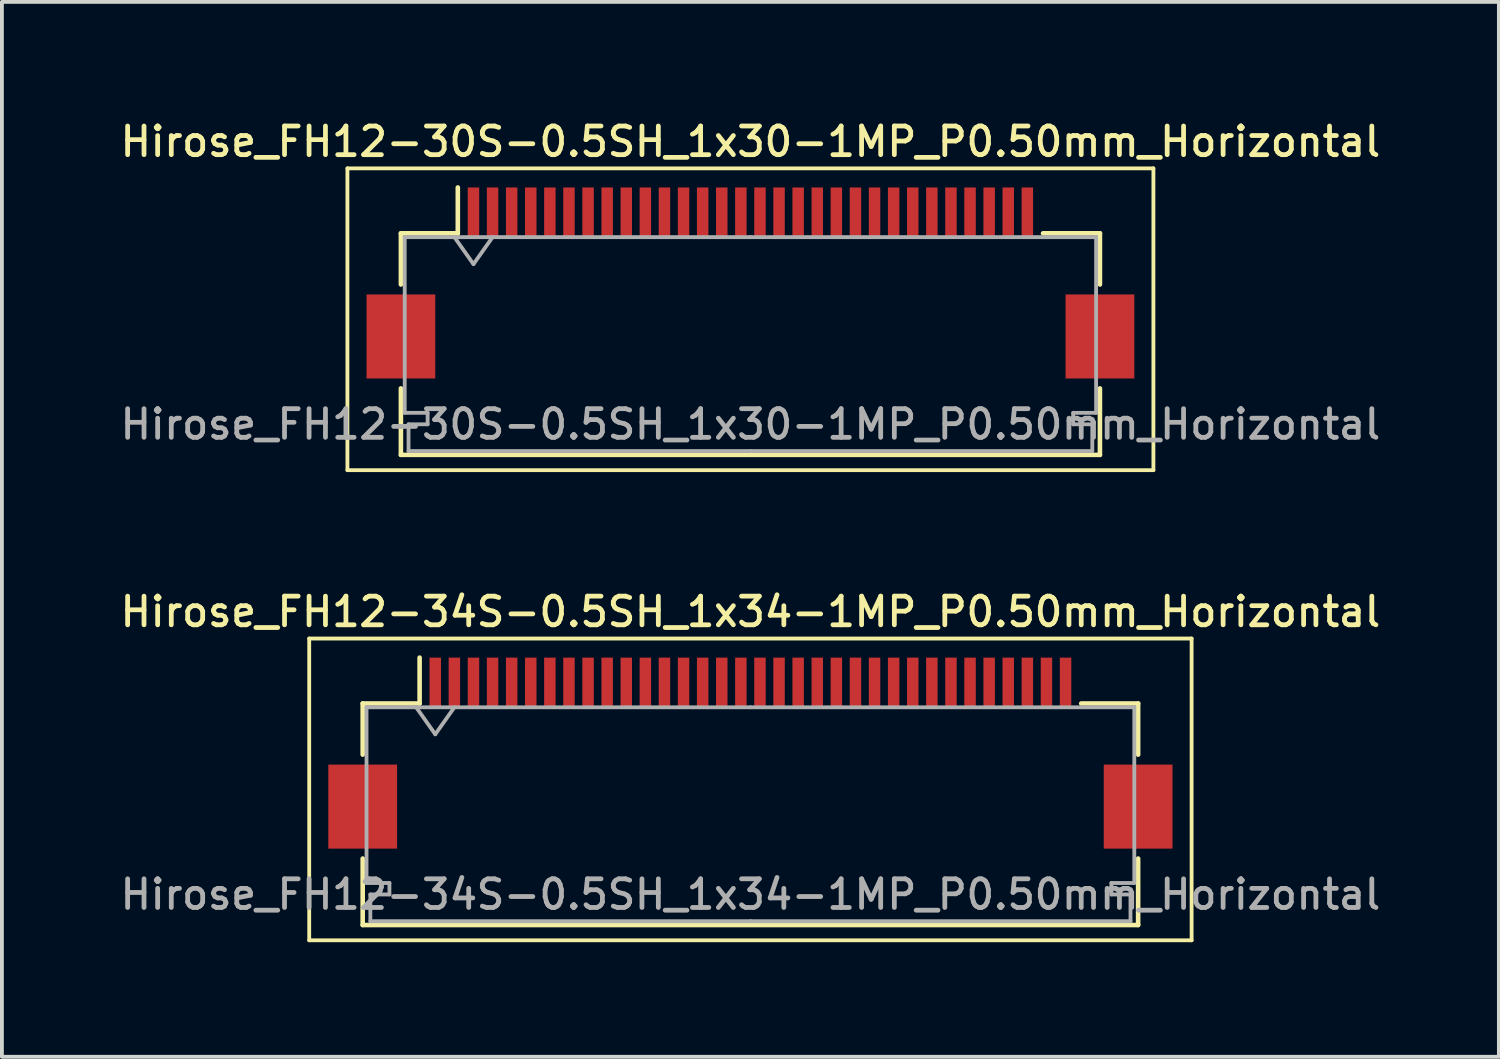
<source format=kicad_pcb>
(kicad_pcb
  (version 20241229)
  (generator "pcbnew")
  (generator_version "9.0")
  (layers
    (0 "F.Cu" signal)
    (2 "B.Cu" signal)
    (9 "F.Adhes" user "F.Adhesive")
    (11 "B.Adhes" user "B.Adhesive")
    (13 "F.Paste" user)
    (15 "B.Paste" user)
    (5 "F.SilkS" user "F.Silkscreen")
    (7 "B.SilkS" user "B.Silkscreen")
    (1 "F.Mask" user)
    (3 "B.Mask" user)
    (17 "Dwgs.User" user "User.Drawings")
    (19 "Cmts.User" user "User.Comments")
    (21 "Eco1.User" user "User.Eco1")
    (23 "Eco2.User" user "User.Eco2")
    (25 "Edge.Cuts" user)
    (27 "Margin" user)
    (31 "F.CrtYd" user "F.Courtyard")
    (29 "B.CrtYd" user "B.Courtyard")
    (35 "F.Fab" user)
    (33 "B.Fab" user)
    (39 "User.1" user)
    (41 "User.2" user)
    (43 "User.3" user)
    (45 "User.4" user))
  (footprint "Hirose_FH12-34S-0.5SH_1x34-1MP_P0.50mm_Horizontal"
    (layer "F.Cu")
    (at 16.595 16.666)
    (property "Reference" "Hirose_FH12-34S-0.5SH_1x34-1MP_P0.50mm_Horizontal" (at 0 -3.7 0) (layer "F.SilkS") (effects (font (size 0.75 0.75) (thickness 0.125))))
    (attr smd)
    (fp_line (start -11.55 -3) (end -11.55 4.9) (stroke (width 0.1) (type solid)) (layer "F.SilkS"))
    (fp_line (start -11.55 4.9) (end 11.55 4.9) (stroke (width 0.1) (type solid)) (layer "F.SilkS"))
    (fp_line (start -10.15 -1.3) (end -10.15 0.04) (stroke (width 0.12) (type solid)) (layer "F.SilkS"))
    (fp_line (start -10.15 2.76) (end -10.15 4.5) (stroke (width 0.12) (type solid)) (layer "F.SilkS"))
    (fp_line (start -10.15 4.5) (end 10.15 4.5) (stroke (width 0.12) (type solid)) (layer "F.SilkS"))
    (fp_line (start -8.66 -1.3) (end -10.15 -1.3) (stroke (width 0.12) (type solid)) (layer "F.SilkS"))
    (fp_line (start -8.66 -1.3) (end -8.66 -2.5) (stroke (width 0.12) (type solid)) (layer "F.SilkS"))
    (fp_line (start 8.66 -1.3) (end 10.15 -1.3) (stroke (width 0.12) (type solid)) (layer "F.SilkS"))
    (fp_line (start 10.15 -1.3) (end 10.15 0.04) (stroke (width 0.12) (type solid)) (layer "F.SilkS"))
    (fp_line (start 10.15 4.5) (end 10.15 2.76) (stroke (width 0.12) (type solid)) (layer "F.SilkS"))
    (fp_line (start 11.55 -3) (end -11.55 -3) (stroke (width 0.1) (type solid)) (layer "F.SilkS"))
    (fp_line (start 11.55 4.9) (end 11.55 -3) (stroke (width 0.1) (type solid)) (layer "F.SilkS"))
    (fp_line (start -10.05 -1.2) (end -10.05 3.4) (stroke (width 0.1) (type solid)) (layer "F.Fab"))
    (fp_line (start -10.05 3.4) (end -9.45 3.4) (stroke (width 0.1) (type solid)) (layer "F.Fab"))
    (fp_line (start -9.95 3.7) (end -9.95 4.4) (stroke (width 0.1) (type solid)) (layer "F.Fab"))
    (fp_line (start -9.95 4.4) (end 0 4.4) (stroke (width 0.1) (type solid)) (layer "F.Fab"))
    (fp_line (start -9.45 3.4) (end -9.45 3.7) (stroke (width 0.1) (type solid)) (layer "F.Fab"))
    (fp_line (start -9.45 3.7) (end -9.95 3.7) (stroke (width 0.1) (type solid)) (layer "F.Fab"))
    (fp_line (start -8.75 -1.2) (end -8.25 -0.493) (stroke (width 0.1) (type solid)) (layer "F.Fab"))
    (fp_line (start -8.25 -0.493) (end -7.75 -1.2) (stroke (width 0.1) (type solid)) (layer "F.Fab"))
    (fp_line (start 0 -1.2) (end -10.05 -1.2) (stroke (width 0.1) (type solid)) (layer "F.Fab"))
    (fp_line (start 0 -1.2) (end 10.05 -1.2) (stroke (width 0.1) (type solid)) (layer "F.Fab"))
    (fp_line (start 9.45 3.4) (end 9.45 3.7) (stroke (width 0.1) (type solid)) (layer "F.Fab"))
    (fp_line (start 9.45 3.7) (end 9.95 3.7) (stroke (width 0.1) (type solid)) (layer "F.Fab"))
    (fp_line (start 9.95 3.7) (end 9.95 4.4) (stroke (width 0.1) (type solid)) (layer "F.Fab"))
    (fp_line (start 9.95 4.4) (end 0 4.4) (stroke (width 0.1) (type solid)) (layer "F.Fab"))
    (fp_line (start 10.05 -1.2) (end 10.05 3.4) (stroke (width 0.1) (type solid)) (layer "F.Fab"))
    (fp_line (start 10.05 3.4) (end 9.45 3.4) (stroke (width 0.1) (type solid)) (layer "F.Fab"))
    (fp_text user "${REFERENCE}" (at 0 3.7 0) (layer "F.Fab") (effects (font (size 0.75 0.75) (thickness 0.125))))
    (pad "1" smd rect (at -8.25 -1.85) (size 0.3 1.3) (layers "F.Cu" "F.Mask" "F.Paste"))
    (pad "2" smd rect (at -7.75 -1.85) (size 0.3 1.3) (layers "F.Cu" "F.Mask" "F.Paste"))
    (pad "3" smd rect (at -7.25 -1.85) (size 0.3 1.3) (layers "F.Cu" "F.Mask" "F.Paste"))
    (pad "4" smd rect (at -6.75 -1.85) (size 0.3 1.3) (layers "F.Cu" "F.Mask" "F.Paste"))
    (pad "5" smd rect (at -6.25 -1.85) (size 0.3 1.3) (layers "F.Cu" "F.Mask" "F.Paste"))
    (pad "6" smd rect (at -5.75 -1.85) (size 0.3 1.3) (layers "F.Cu" "F.Mask" "F.Paste"))
    (pad "7" smd rect (at -5.25 -1.85) (size 0.3 1.3) (layers "F.Cu" "F.Mask" "F.Paste"))
    (pad "8" smd rect (at -4.75 -1.85) (size 0.3 1.3) (layers "F.Cu" "F.Mask" "F.Paste"))
    (pad "9" smd rect (at -4.25 -1.85) (size 0.3 1.3) (layers "F.Cu" "F.Mask" "F.Paste"))
    (pad "10" smd rect (at -3.75 -1.85) (size 0.3 1.3) (layers "F.Cu" "F.Mask" "F.Paste"))
    (pad "11" smd rect (at -3.25 -1.85) (size 0.3 1.3) (layers "F.Cu" "F.Mask" "F.Paste"))
    (pad "12" smd rect (at -2.75 -1.85) (size 0.3 1.3) (layers "F.Cu" "F.Mask" "F.Paste"))
    (pad "13" smd rect (at -2.25 -1.85) (size 0.3 1.3) (layers "F.Cu" "F.Mask" "F.Paste"))
    (pad "14" smd rect (at -1.75 -1.85) (size 0.3 1.3) (layers "F.Cu" "F.Mask" "F.Paste"))
    (pad "15" smd rect (at -1.25 -1.85) (size 0.3 1.3) (layers "F.Cu" "F.Mask" "F.Paste"))
    (pad "16" smd rect (at -0.75 -1.85) (size 0.3 1.3) (layers "F.Cu" "F.Mask" "F.Paste"))
    (pad "17" smd rect (at -0.25 -1.85) (size 0.3 1.3) (layers "F.Cu" "F.Mask" "F.Paste"))
    (pad "18" smd rect (at 0.25 -1.85) (size 0.3 1.3) (layers "F.Cu" "F.Mask" "F.Paste"))
    (pad "19" smd rect (at 0.75 -1.85) (size 0.3 1.3) (layers "F.Cu" "F.Mask" "F.Paste"))
    (pad "20" smd rect (at 1.25 -1.85) (size 0.3 1.3) (layers "F.Cu" "F.Mask" "F.Paste"))
    (pad "21" smd rect (at 1.75 -1.85) (size 0.3 1.3) (layers "F.Cu" "F.Mask" "F.Paste"))
    (pad "22" smd rect (at 2.25 -1.85) (size 0.3 1.3) (layers "F.Cu" "F.Mask" "F.Paste"))
    (pad "23" smd rect (at 2.75 -1.85) (size 0.3 1.3) (layers "F.Cu" "F.Mask" "F.Paste"))
    (pad "24" smd rect (at 3.25 -1.85) (size 0.3 1.3) (layers "F.Cu" "F.Mask" "F.Paste"))
    (pad "25" smd rect (at 3.75 -1.85) (size 0.3 1.3) (layers "F.Cu" "F.Mask" "F.Paste"))
    (pad "26" smd rect (at 4.25 -1.85) (size 0.3 1.3) (layers "F.Cu" "F.Mask" "F.Paste"))
    (pad "27" smd rect (at 4.75 -1.85) (size 0.3 1.3) (layers "F.Cu" "F.Mask" "F.Paste"))
    (pad "28" smd rect (at 5.25 -1.85) (size 0.3 1.3) (layers "F.Cu" "F.Mask" "F.Paste"))
    (pad "29" smd rect (at 5.75 -1.85) (size 0.3 1.3) (layers "F.Cu" "F.Mask" "F.Paste"))
    (pad "30" smd rect (at 6.25 -1.85) (size 0.3 1.3) (layers "F.Cu" "F.Mask" "F.Paste"))
    (pad "31" smd rect (at 6.75 -1.85) (size 0.3 1.3) (layers "F.Cu" "F.Mask" "F.Paste"))
    (pad "32" smd rect (at 7.25 -1.85) (size 0.3 1.3) (layers "F.Cu" "F.Mask" "F.Paste"))
    (pad "33" smd rect (at 7.75 -1.85) (size 0.3 1.3) (layers "F.Cu" "F.Mask" "F.Paste"))
    (pad "34" smd rect (at 8.25 -1.85) (size 0.3 1.3) (layers "F.Cu" "F.Mask" "F.Paste"))
    (pad "MP" smd rect (at -10.15 1.4) (size 1.8 2.2) (layers "F.Cu" "F.Mask" "F.Paste"))
    (pad "MP" smd rect (at 10.15 1.4) (size 1.8 2.2) (layers "F.Cu" "F.Mask" "F.Paste")))
  (footprint "Hirose_FH12-30S-0.5SH_1x30-1MP_P0.50mm_Horizontal"
    (layer "F.Cu")
    (at 16.595 4.358)
    (property "Reference" "Hirose_FH12-30S-0.5SH_1x30-1MP_P0.50mm_Horizontal" (at 0 -3.7 0) (layer "F.SilkS") (effects (font (size 0.75 0.75) (thickness 0.125))))
    (attr smd)
    (fp_line (start -10.55 -3) (end -10.55 4.9) (stroke (width 0.1) (type solid)) (layer "F.SilkS"))
    (fp_line (start -10.55 4.9) (end 10.55 4.9) (stroke (width 0.1) (type solid)) (layer "F.SilkS"))
    (fp_line (start -9.15 -1.3) (end -9.15 0.04) (stroke (width 0.12) (type solid)) (layer "F.SilkS"))
    (fp_line (start -9.15 2.76) (end -9.15 4.5) (stroke (width 0.12) (type solid)) (layer "F.SilkS"))
    (fp_line (start -9.15 4.5) (end 9.15 4.5) (stroke (width 0.12) (type solid)) (layer "F.SilkS"))
    (fp_line (start -7.66 -1.3) (end -9.15 -1.3) (stroke (width 0.12) (type solid)) (layer "F.SilkS"))
    (fp_line (start -7.66 -1.3) (end -7.66 -2.5) (stroke (width 0.12) (type solid)) (layer "F.SilkS"))
    (fp_line (start 7.66 -1.3) (end 9.15 -1.3) (stroke (width 0.12) (type solid)) (layer "F.SilkS"))
    (fp_line (start 9.15 -1.3) (end 9.15 0.04) (stroke (width 0.12) (type solid)) (layer "F.SilkS"))
    (fp_line (start 9.15 4.5) (end 9.15 2.76) (stroke (width 0.12) (type solid)) (layer "F.SilkS"))
    (fp_line (start 10.55 -3) (end -10.55 -3) (stroke (width 0.1) (type solid)) (layer "F.SilkS"))
    (fp_line (start 10.55 4.9) (end 10.55 -3) (stroke (width 0.1) (type solid)) (layer "F.SilkS"))
    (fp_line (start -9.05 -1.2) (end -9.05 3.4) (stroke (width 0.1) (type solid)) (layer "F.Fab"))
    (fp_line (start -9.05 3.4) (end -8.45 3.4) (stroke (width 0.1) (type solid)) (layer "F.Fab"))
    (fp_line (start -8.95 3.7) (end -8.95 4.4) (stroke (width 0.1) (type solid)) (layer "F.Fab"))
    (fp_line (start -8.95 4.4) (end 0 4.4) (stroke (width 0.1) (type solid)) (layer "F.Fab"))
    (fp_line (start -8.45 3.4) (end -8.45 3.7) (stroke (width 0.1) (type solid)) (layer "F.Fab"))
    (fp_line (start -8.45 3.7) (end -8.95 3.7) (stroke (width 0.1) (type solid)) (layer "F.Fab"))
    (fp_line (start -7.75 -1.2) (end -7.25 -0.493) (stroke (width 0.1) (type solid)) (layer "F.Fab"))
    (fp_line (start -7.25 -0.493) (end -6.75 -1.2) (stroke (width 0.1) (type solid)) (layer "F.Fab"))
    (fp_line (start 0 -1.2) (end -9.05 -1.2) (stroke (width 0.1) (type solid)) (layer "F.Fab"))
    (fp_line (start 0 -1.2) (end 9.05 -1.2) (stroke (width 0.1) (type solid)) (layer "F.Fab"))
    (fp_line (start 8.45 3.4) (end 8.45 3.7) (stroke (width 0.1) (type solid)) (layer "F.Fab"))
    (fp_line (start 8.45 3.7) (end 8.95 3.7) (stroke (width 0.1) (type solid)) (layer "F.Fab"))
    (fp_line (start 8.95 3.7) (end 8.95 4.4) (stroke (width 0.1) (type solid)) (layer "F.Fab"))
    (fp_line (start 8.95 4.4) (end 0 4.4) (stroke (width 0.1) (type solid)) (layer "F.Fab"))
    (fp_line (start 9.05 -1.2) (end 9.05 3.4) (stroke (width 0.1) (type solid)) (layer "F.Fab"))
    (fp_line (start 9.05 3.4) (end 8.45 3.4) (stroke (width 0.1) (type solid)) (layer "F.Fab"))
    (fp_text user "${REFERENCE}" (at 0 3.7 0) (layer "F.Fab") (effects (font (size 0.75 0.75) (thickness 0.125))))
    (pad "1" smd rect (at -7.25 -1.85) (size 0.3 1.3) (layers "F.Cu" "F.Mask" "F.Paste"))
    (pad "2" smd rect (at -6.75 -1.85) (size 0.3 1.3) (layers "F.Cu" "F.Mask" "F.Paste"))
    (pad "3" smd rect (at -6.25 -1.85) (size 0.3 1.3) (layers "F.Cu" "F.Mask" "F.Paste"))
    (pad "4" smd rect (at -5.75 -1.85) (size 0.3 1.3) (layers "F.Cu" "F.Mask" "F.Paste"))
    (pad "5" smd rect (at -5.25 -1.85) (size 0.3 1.3) (layers "F.Cu" "F.Mask" "F.Paste"))
    (pad "6" smd rect (at -4.75 -1.85) (size 0.3 1.3) (layers "F.Cu" "F.Mask" "F.Paste"))
    (pad "7" smd rect (at -4.25 -1.85) (size 0.3 1.3) (layers "F.Cu" "F.Mask" "F.Paste"))
    (pad "8" smd rect (at -3.75 -1.85) (size 0.3 1.3) (layers "F.Cu" "F.Mask" "F.Paste"))
    (pad "9" smd rect (at -3.25 -1.85) (size 0.3 1.3) (layers "F.Cu" "F.Mask" "F.Paste"))
    (pad "10" smd rect (at -2.75 -1.85) (size 0.3 1.3) (layers "F.Cu" "F.Mask" "F.Paste"))
    (pad "11" smd rect (at -2.25 -1.85) (size 0.3 1.3) (layers "F.Cu" "F.Mask" "F.Paste"))
    (pad "12" smd rect (at -1.75 -1.85) (size 0.3 1.3) (layers "F.Cu" "F.Mask" "F.Paste"))
    (pad "13" smd rect (at -1.25 -1.85) (size 0.3 1.3) (layers "F.Cu" "F.Mask" "F.Paste"))
    (pad "14" smd rect (at -0.75 -1.85) (size 0.3 1.3) (layers "F.Cu" "F.Mask" "F.Paste"))
    (pad "15" smd rect (at -0.25 -1.85) (size 0.3 1.3) (layers "F.Cu" "F.Mask" "F.Paste"))
    (pad "16" smd rect (at 0.25 -1.85) (size 0.3 1.3) (layers "F.Cu" "F.Mask" "F.Paste"))
    (pad "17" smd rect (at 0.75 -1.85) (size 0.3 1.3) (layers "F.Cu" "F.Mask" "F.Paste"))
    (pad "18" smd rect (at 1.25 -1.85) (size 0.3 1.3) (layers "F.Cu" "F.Mask" "F.Paste"))
    (pad "19" smd rect (at 1.75 -1.85) (size 0.3 1.3) (layers "F.Cu" "F.Mask" "F.Paste"))
    (pad "20" smd rect (at 2.25 -1.85) (size 0.3 1.3) (layers "F.Cu" "F.Mask" "F.Paste"))
    (pad "21" smd rect (at 2.75 -1.85) (size 0.3 1.3) (layers "F.Cu" "F.Mask" "F.Paste"))
    (pad "22" smd rect (at 3.25 -1.85) (size 0.3 1.3) (layers "F.Cu" "F.Mask" "F.Paste"))
    (pad "23" smd rect (at 3.75 -1.85) (size 0.3 1.3) (layers "F.Cu" "F.Mask" "F.Paste"))
    (pad "24" smd rect (at 4.25 -1.85) (size 0.3 1.3) (layers "F.Cu" "F.Mask" "F.Paste"))
    (pad "25" smd rect (at 4.75 -1.85) (size 0.3 1.3) (layers "F.Cu" "F.Mask" "F.Paste"))
    (pad "26" smd rect (at 5.25 -1.85) (size 0.3 1.3) (layers "F.Cu" "F.Mask" "F.Paste"))
    (pad "27" smd rect (at 5.75 -1.85) (size 0.3 1.3) (layers "F.Cu" "F.Mask" "F.Paste"))
    (pad "28" smd rect (at 6.25 -1.85) (size 0.3 1.3) (layers "F.Cu" "F.Mask" "F.Paste"))
    (pad "29" smd rect (at 6.75 -1.85) (size 0.3 1.3) (layers "F.Cu" "F.Mask" "F.Paste"))
    (pad "30" smd rect (at 7.25 -1.85) (size 0.3 1.3) (layers "F.Cu" "F.Mask" "F.Paste"))
    (pad "MP" smd rect (at -9.15 1.4) (size 1.8 2.2) (layers "F.Cu" "F.Mask" "F.Paste"))
    (pad "MP" smd rect (at 9.15 1.4) (size 1.8 2.2) (layers "F.Cu" "F.Mask" "F.Paste")))
  (gr_rect
    (start -3 -3)
    (end 36.189 24.616)
    (stroke (width 0.1) (type default))
    (fill no)
    (layer "Edge.Cuts")))
</source>
